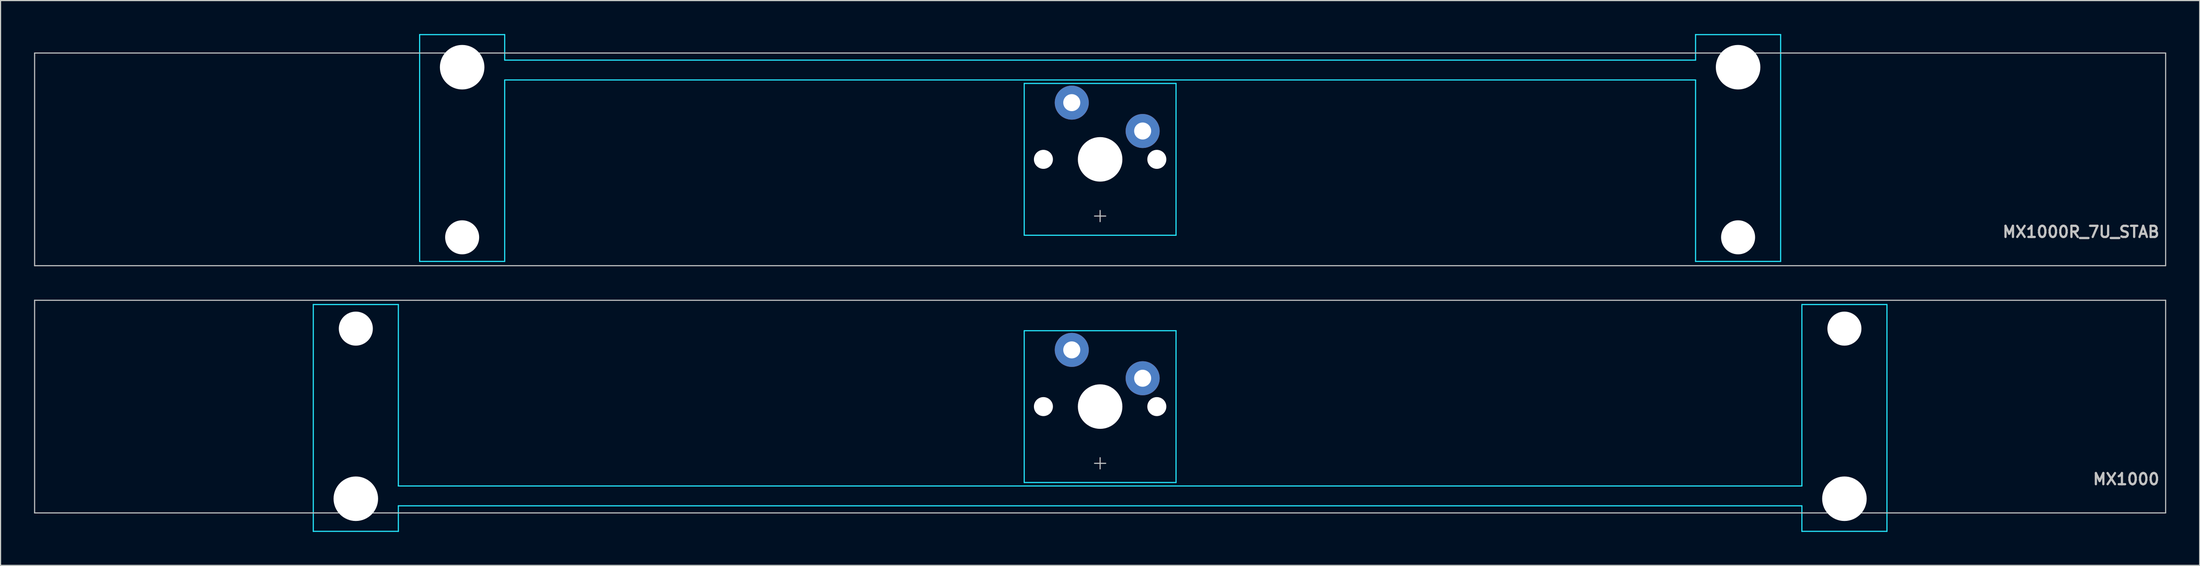
<source format=kicad_pcb>
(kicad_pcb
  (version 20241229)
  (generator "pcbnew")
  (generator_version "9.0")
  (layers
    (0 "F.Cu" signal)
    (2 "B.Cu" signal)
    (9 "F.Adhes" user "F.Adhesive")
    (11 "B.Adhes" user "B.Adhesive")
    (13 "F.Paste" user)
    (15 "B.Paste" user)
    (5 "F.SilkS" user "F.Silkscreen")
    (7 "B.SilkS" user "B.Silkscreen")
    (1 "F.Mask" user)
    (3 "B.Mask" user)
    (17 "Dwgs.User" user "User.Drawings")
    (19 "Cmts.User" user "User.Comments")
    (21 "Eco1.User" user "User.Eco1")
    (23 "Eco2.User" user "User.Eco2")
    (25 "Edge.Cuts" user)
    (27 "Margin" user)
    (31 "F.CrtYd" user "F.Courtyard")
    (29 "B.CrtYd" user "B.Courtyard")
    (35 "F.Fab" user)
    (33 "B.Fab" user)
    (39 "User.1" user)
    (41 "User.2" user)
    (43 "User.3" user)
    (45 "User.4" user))
  (footprint "MX1000"
    (layer "F.Cu")
    (at 95.5 33.376)
    (property "Reference" "MX1000" (at 95 6.5 0) (unlocked yes) (layer "Dwgs.User") (effects (font (size 1 1) (thickness 0.2)) (justify right)))
    (attr smd)
    (fp_line (start -95.45 -9.525) (end -95.45 9.525) (stroke (width 0.1) (type solid)) (layer "Dwgs.User"))
    (fp_line (start -95.45 -9.525) (end 95.45 -9.525) (stroke (width 0.1) (type solid)) (layer "Dwgs.User"))
    (fp_line (start -95.45 9.525) (end 95.45 9.525) (stroke (width 0.1) (type solid)) (layer "Dwgs.User"))
    (fp_line (start -0.5 5.08) (end 0.5 5.08) (stroke (width 0.1) (type solid)) (layer "Dwgs.User"))
    (fp_line (start 0 5.58) (end 0 4.58) (stroke (width 0.1) (type solid)) (layer "Dwgs.User"))
    (fp_line (start 95.45 -9.525) (end 95.45 9.525) (stroke (width 0.1) (type solid)) (layer "Dwgs.User"))
    (fp_line (start -70.175 -5.485) (end -70.175 8.515) (stroke (width 0.1) (type solid)) (layer "Eco1.User"))
    (fp_line (start -69.675 -5.985) (end -63.675 -5.985) (stroke (width 0.1) (type solid)) (layer "Eco1.User"))
    (fp_line (start -63.675 9.015) (end -69.675 9.015) (stroke (width 0.1) (type solid)) (layer "Eco1.User"))
    (fp_line (start -63.175 8.515) (end -63.175 -5.485) (stroke (width 0.1) (type solid)) (layer "Eco1.User"))
    (fp_line (start -7 -6.5) (end -7 6.5) (stroke (width 0.1) (type solid)) (layer "Eco1.User"))
    (fp_line (start -6.5 7) (end 6.5 7) (stroke (width 0.1) (type solid)) (layer "Eco1.User"))
    (fp_line (start 6.5 -7) (end -6.5 -7) (stroke (width 0.1) (type solid)) (layer "Eco1.User"))
    (fp_line (start 7 6.5) (end 7 -6.5) (stroke (width 0.1) (type solid)) (layer "Eco1.User"))
    (fp_line (start 63.175 -5.485) (end 63.175 8.515) (stroke (width 0.1) (type solid)) (layer "Eco1.User"))
    (fp_line (start 63.675 -5.985) (end 69.675 -5.985) (stroke (width 0.1) (type solid)) (layer "Eco1.User"))
    (fp_line (start 69.675 9.015) (end 63.675 9.015) (stroke (width 0.1) (type solid)) (layer "Eco1.User"))
    (fp_line (start 70.175 8.515) (end 70.175 -5.485) (stroke (width 0.1) (type solid)) (layer "Eco1.User"))
    (fp_arc (start -70.175 -5.485) (mid -70.028553 -5.838553) (end -69.675 -5.985) (stroke (width 0.1) (type solid)) (layer "Eco1.User"))
    (fp_arc (start -69.675 9.015) (mid -70.028553 8.868553) (end -70.175 8.515) (stroke (width 0.1) (type solid)) (layer "Eco1.User"))
    (fp_arc (start -63.675 -5.985) (mid -63.321447 -5.838553) (end -63.175 -5.485) (stroke (width 0.1) (type solid)) (layer "Eco1.User"))
    (fp_arc (start -63.175 8.515) (mid -63.321447 8.868553) (end -63.675 9.015) (stroke (width 0.1) (type solid)) (layer "Eco1.User"))
    (fp_arc (start -7 -6.5) (mid -6.853553 -6.853553) (end -6.5 -7) (stroke (width 0.1) (type solid)) (layer "Eco1.User"))
    (fp_arc (start -6.5 7) (mid -6.853553 6.853553) (end -7 6.5) (stroke (width 0.1) (type solid)) (layer "Eco1.User"))
    (fp_arc (start 6.5 -7) (mid 6.853553 -6.853553) (end 7 -6.5) (stroke (width 0.1) (type solid)) (layer "Eco1.User"))
    (fp_arc (start 7 6.5) (mid 6.853553 6.853553) (end 6.5 7) (stroke (width 0.1) (type solid)) (layer "Eco1.User"))
    (fp_arc (start 63.175 -5.485) (mid 63.321447 -5.838553) (end 63.675 -5.985) (stroke (width 0.1) (type solid)) (layer "Eco1.User"))
    (fp_arc (start 63.675 9.015) (mid 63.321447 8.868553) (end 63.175 8.515) (stroke (width 0.1) (type solid)) (layer "Eco1.User"))
    (fp_arc (start 69.675 -5.985) (mid 70.028553 -5.838553) (end 70.175 -5.485) (stroke (width 0.1) (type solid)) (layer "Eco1.User"))
    (fp_arc (start 70.175 8.515) (mid 70.028553 8.868553) (end 69.675 9.015) (stroke (width 0.1) (type solid)) (layer "Eco1.User"))
    (fp_line (start -70.485 -9.144) (end -70.485 11.176) (stroke (width 0.1) (type solid)) (layer "B.CrtYd"))
    (fp_line (start -70.485 -9.144) (end -62.865 -9.144) (stroke (width 0.1) (type solid)) (layer "B.CrtYd"))
    (fp_line (start -70.485 11.176) (end -62.865 11.176) (stroke (width 0.1) (type solid)) (layer "B.CrtYd"))
    (fp_line (start -62.865 7.112) (end -62.865 -9.144) (stroke (width 0.1) (type solid)) (layer "B.CrtYd"))
    (fp_line (start -62.865 7.112) (end 62.865 7.112) (stroke (width 0.1) (type solid)) (layer "B.CrtYd"))
    (fp_line (start -62.865 8.89) (end -62.865 11.176) (stroke (width 0.1) (type solid)) (layer "B.CrtYd"))
    (fp_line (start -62.865 8.89) (end 62.865 8.89) (stroke (width 0.1) (type solid)) (layer "B.CrtYd"))
    (fp_line (start -6.8 -6.8) (end -6.8 6.8) (stroke (width 0.1) (type solid)) (layer "B.CrtYd"))
    (fp_line (start -6.8 -6.8) (end 6.8 -6.8) (stroke (width 0.1) (type solid)) (layer "B.CrtYd"))
    (fp_line (start -6.8 6.8) (end 6.8 6.8) (stroke (width 0.1) (type solid)) (layer "B.CrtYd"))
    (fp_line (start 6.8 6.8) (end 6.8 -6.8) (stroke (width 0.1) (type solid)) (layer "B.CrtYd"))
    (fp_line (start 62.865 -9.144) (end 70.485 -9.144) (stroke (width 0.1) (type solid)) (layer "B.CrtYd"))
    (fp_line (start 62.865 7.112) (end 62.865 -9.144) (stroke (width 0.1) (type solid)) (layer "B.CrtYd"))
    (fp_line (start 62.865 8.89) (end 62.865 11.176) (stroke (width 0.1) (type solid)) (layer "B.CrtYd"))
    (fp_line (start 62.865 11.176) (end 70.485 11.176) (stroke (width 0.1) (type solid)) (layer "B.CrtYd"))
    (fp_line (start 70.485 -9.144) (end 70.485 11.176) (stroke (width 0.1) (type solid)) (layer "B.CrtYd"))
    (pad "" np_thru_hole circle (at -66.675 -6.985 180) (size 3.048 3.048) (drill 3.048) (layers "*.Cu" "*.Mask"))
    (pad "" smd circle (at -66.675 -6.985) (size 3.988 3.988) (layers "F.Mask"))
    (pad "" np_thru_hole circle (at -66.675 8.255 180) (size 3.988 3.988) (drill 3.988) (layers "*.Cu" "*.Mask"))
    (pad "" np_thru_hole circle (at -5.08 0) (size 1.702 1.702) (drill 1.702) (layers "*.Cu" "*.Mask"))
    (pad "" np_thru_hole circle (at 0 0) (size 3.988 3.988) (drill 3.988) (layers "*.Cu" "*.Mask"))
    (pad "" np_thru_hole circle (at 5.08 0) (size 1.702 1.702) (drill 1.702) (layers "*.Cu" "*.Mask"))
    (pad "" np_thru_hole circle (at 66.675 -6.985 180) (size 3.048 3.048) (drill 3.048) (layers "*.Cu" "*.Mask"))
    (pad "" smd circle (at 66.675 -6.985) (size 3.988 3.988) (layers "F.Mask"))
    (pad "" np_thru_hole circle (at 66.675 8.255 180) (size 3.988 3.988) (drill 3.988) (layers "*.Cu" "*.Mask"))
    (pad "1" thru_hole circle (at -2.54 -5.08) (size 3.048 3.048) (drill 1.524) (layers "*.Cu" "*.Mask"))
    (pad "2" thru_hole circle (at 3.81 -2.54) (size 3.048 3.048) (drill 1.524) (layers "*.Cu" "*.Mask")))
  (footprint "MX1000R_7U_STAB"
    (layer "F.Cu")
    (at 95.5 11.226)
    (property "Reference" "MX1000R_7U_STAB" (at 95 6.5 0) (unlocked yes) (layer "Dwgs.User") (effects (font (size 1 1) (thickness 0.2)) (justify right)))
    (attr smd)
    (fp_line (start -95.45 -9.525) (end -95.45 9.525) (stroke (width 0.1) (type solid)) (layer "Dwgs.User"))
    (fp_line (start -95.45 -9.525) (end 95.45 -9.525) (stroke (width 0.1) (type solid)) (layer "Dwgs.User"))
    (fp_line (start -95.45 9.525) (end 95.45 9.525) (stroke (width 0.1) (type solid)) (layer "Dwgs.User"))
    (fp_line (start -0.5 5.08) (end 0.5 5.08) (stroke (width 0.1) (type solid)) (layer "Dwgs.User"))
    (fp_line (start 0 5.58) (end 0 4.58) (stroke (width 0.1) (type solid)) (layer "Dwgs.User"))
    (fp_line (start 95.45 -9.525) (end 95.45 9.525) (stroke (width 0.1) (type solid)) (layer "Dwgs.User"))
    (fp_line (start -60.65 -8.515) (end -60.65 5.485) (stroke (width 0.1) (type solid)) (layer "Eco1.User"))
    (fp_line (start -60.15 -9.015) (end -54.15 -9.015) (stroke (width 0.1) (type solid)) (layer "Eco1.User"))
    (fp_line (start -54.15 5.985) (end -60.15 5.985) (stroke (width 0.1) (type solid)) (layer "Eco1.User"))
    (fp_line (start -53.65 5.485) (end -53.65 -8.515) (stroke (width 0.1) (type solid)) (layer "Eco1.User"))
    (fp_line (start -7 -6.5) (end -7 6.5) (stroke (width 0.1) (type solid)) (layer "Eco1.User"))
    (fp_line (start -6.5 7) (end 6.5 7) (stroke (width 0.1) (type solid)) (layer "Eco1.User"))
    (fp_line (start 6.5 -7) (end -6.5 -7) (stroke (width 0.1) (type solid)) (layer "Eco1.User"))
    (fp_line (start 7 6.5) (end 7 -6.5) (stroke (width 0.1) (type solid)) (layer "Eco1.User"))
    (fp_line (start 53.65 -8.515) (end 53.65 5.485) (stroke (width 0.1) (type solid)) (layer "Eco1.User"))
    (fp_line (start 54.15 -9.015) (end 60.15 -9.015) (stroke (width 0.1) (type solid)) (layer "Eco1.User"))
    (fp_line (start 60.15 5.985) (end 54.15 5.985) (stroke (width 0.1) (type solid)) (layer "Eco1.User"))
    (fp_line (start 60.65 5.485) (end 60.65 -8.515) (stroke (width 0.1) (type solid)) (layer "Eco1.User"))
    (fp_arc (start -60.65 -8.515) (mid -60.503553 -8.868553) (end -60.15 -9.015) (stroke (width 0.1) (type solid)) (layer "Eco1.User"))
    (fp_arc (start -60.15 5.985) (mid -60.503553 5.838553) (end -60.65 5.485) (stroke (width 0.1) (type solid)) (layer "Eco1.User"))
    (fp_arc (start -54.15 -9.015) (mid -53.796447 -8.868553) (end -53.65 -8.515) (stroke (width 0.1) (type solid)) (layer "Eco1.User"))
    (fp_arc (start -53.65 5.485) (mid -53.796447 5.838553) (end -54.15 5.985) (stroke (width 0.1) (type solid)) (layer "Eco1.User"))
    (fp_arc (start -7 -6.5) (mid -6.853553 -6.853553) (end -6.5 -7) (stroke (width 0.1) (type solid)) (layer "Eco1.User"))
    (fp_arc (start -6.5 7) (mid -6.853553 6.853553) (end -7 6.5) (stroke (width 0.1) (type solid)) (layer "Eco1.User"))
    (fp_arc (start 6.5 -7) (mid 6.853553 -6.853553) (end 7 -6.5) (stroke (width 0.1) (type solid)) (layer "Eco1.User"))
    (fp_arc (start 7 6.5) (mid 6.853553 6.853553) (end 6.5 7) (stroke (width 0.1) (type solid)) (layer "Eco1.User"))
    (fp_arc (start 53.65 -8.515) (mid 53.796447 -8.868553) (end 54.15 -9.015) (stroke (width 0.1) (type solid)) (layer "Eco1.User"))
    (fp_arc (start 54.15 5.985) (mid 53.796447 5.838553) (end 53.65 5.485) (stroke (width 0.1) (type solid)) (layer "Eco1.User"))
    (fp_arc (start 60.15 -9.015) (mid 60.503553 -8.868553) (end 60.65 -8.515) (stroke (width 0.1) (type solid)) (layer "Eco1.User"))
    (fp_arc (start 60.65 5.485) (mid 60.503553 5.838553) (end 60.15 5.985) (stroke (width 0.1) (type solid)) (layer "Eco1.User"))
    (fp_line (start -60.96 9.144) (end -60.96 -11.176) (stroke (width 0.1) (type solid)) (layer "B.CrtYd"))
    (fp_line (start -53.34 -11.176) (end -60.96 -11.176) (stroke (width 0.1) (type solid)) (layer "B.CrtYd"))
    (fp_line (start -53.34 -8.89) (end -53.34 -11.176) (stroke (width 0.1) (type solid)) (layer "B.CrtYd"))
    (fp_line (start -53.34 -7.112) (end -53.34 9.144) (stroke (width 0.1) (type solid)) (layer "B.CrtYd"))
    (fp_line (start -53.34 9.144) (end -60.96 9.144) (stroke (width 0.1) (type solid)) (layer "B.CrtYd"))
    (fp_line (start -6.8 -6.8) (end -6.8 6.8) (stroke (width 0.1) (type solid)) (layer "B.CrtYd"))
    (fp_line (start -6.8 -6.8) (end 6.8 -6.8) (stroke (width 0.1) (type solid)) (layer "B.CrtYd"))
    (fp_line (start -6.8 6.8) (end 6.8 6.8) (stroke (width 0.1) (type solid)) (layer "B.CrtYd"))
    (fp_line (start 6.8 6.8) (end 6.8 -6.8) (stroke (width 0.1) (type solid)) (layer "B.CrtYd"))
    (fp_line (start 53.34 -8.89) (end -53.34 -8.89) (stroke (width 0.1) (type solid)) (layer "B.CrtYd"))
    (fp_line (start 53.34 -8.89) (end 53.34 -11.176) (stroke (width 0.1) (type solid)) (layer "B.CrtYd"))
    (fp_line (start 53.34 -7.112) (end -53.34 -7.112) (stroke (width 0.1) (type solid)) (layer "B.CrtYd"))
    (fp_line (start 53.34 -7.112) (end 53.34 9.144) (stroke (width 0.1) (type solid)) (layer "B.CrtYd"))
    (fp_line (start 60.96 -11.176) (end 53.34 -11.176) (stroke (width 0.1) (type solid)) (layer "B.CrtYd"))
    (fp_line (start 60.96 9.144) (end 53.34 9.144) (stroke (width 0.1) (type solid)) (layer "B.CrtYd"))
    (fp_line (start 60.96 9.144) (end 60.96 -11.176) (stroke (width 0.1) (type solid)) (layer "B.CrtYd"))
    (pad "" np_thru_hole circle (at -57.15 -8.255) (size 3.988 3.988) (drill 3.988) (layers "*.Cu" "*.Mask"))
    (pad "" np_thru_hole circle (at -57.15 6.985) (size 3.048 3.048) (drill 3.048) (layers "*.Cu" "*.Mask"))
    (pad "" smd circle (at -57.15 6.985) (size 3.988 3.988) (layers "F.Mask"))
    (pad "" np_thru_hole circle (at -5.08 0) (size 1.702 1.702) (drill 1.702) (layers "*.Cu" "*.Mask"))
    (pad "" np_thru_hole circle (at 0 0 180) (size 3.988 3.988) (drill 3.988) (layers "*.Cu" "*.Mask"))
    (pad "" np_thru_hole circle (at 5.08 0) (size 1.702 1.702) (drill 1.702) (layers "*.Cu" "*.Mask"))
    (pad "" np_thru_hole circle (at 57.15 -8.255) (size 3.988 3.988) (drill 3.988) (layers "*.Cu" "*.Mask"))
    (pad "" np_thru_hole circle (at 57.15 6.985) (size 3.048 3.048) (drill 3.048) (layers "*.Cu" "*.Mask"))
    (pad "" smd circle (at 57.15 6.985) (size 3.988 3.988) (layers "F.Mask"))
    (pad "1" thru_hole circle (at -2.54 -5.08) (size 3.048 3.048) (drill 1.524) (layers "*.Cu" "*.Mask"))
    (pad "2" thru_hole circle (at 3.81 -2.54) (size 3.048 3.048) (drill 1.524) (layers "*.Cu" "*.Mask")))
  (gr_rect
    (start -3 -3)
    (end 194 47.602)
    (stroke (width 0.1) (type default))
    (fill no)
    (layer "Edge.Cuts")))
</source>
